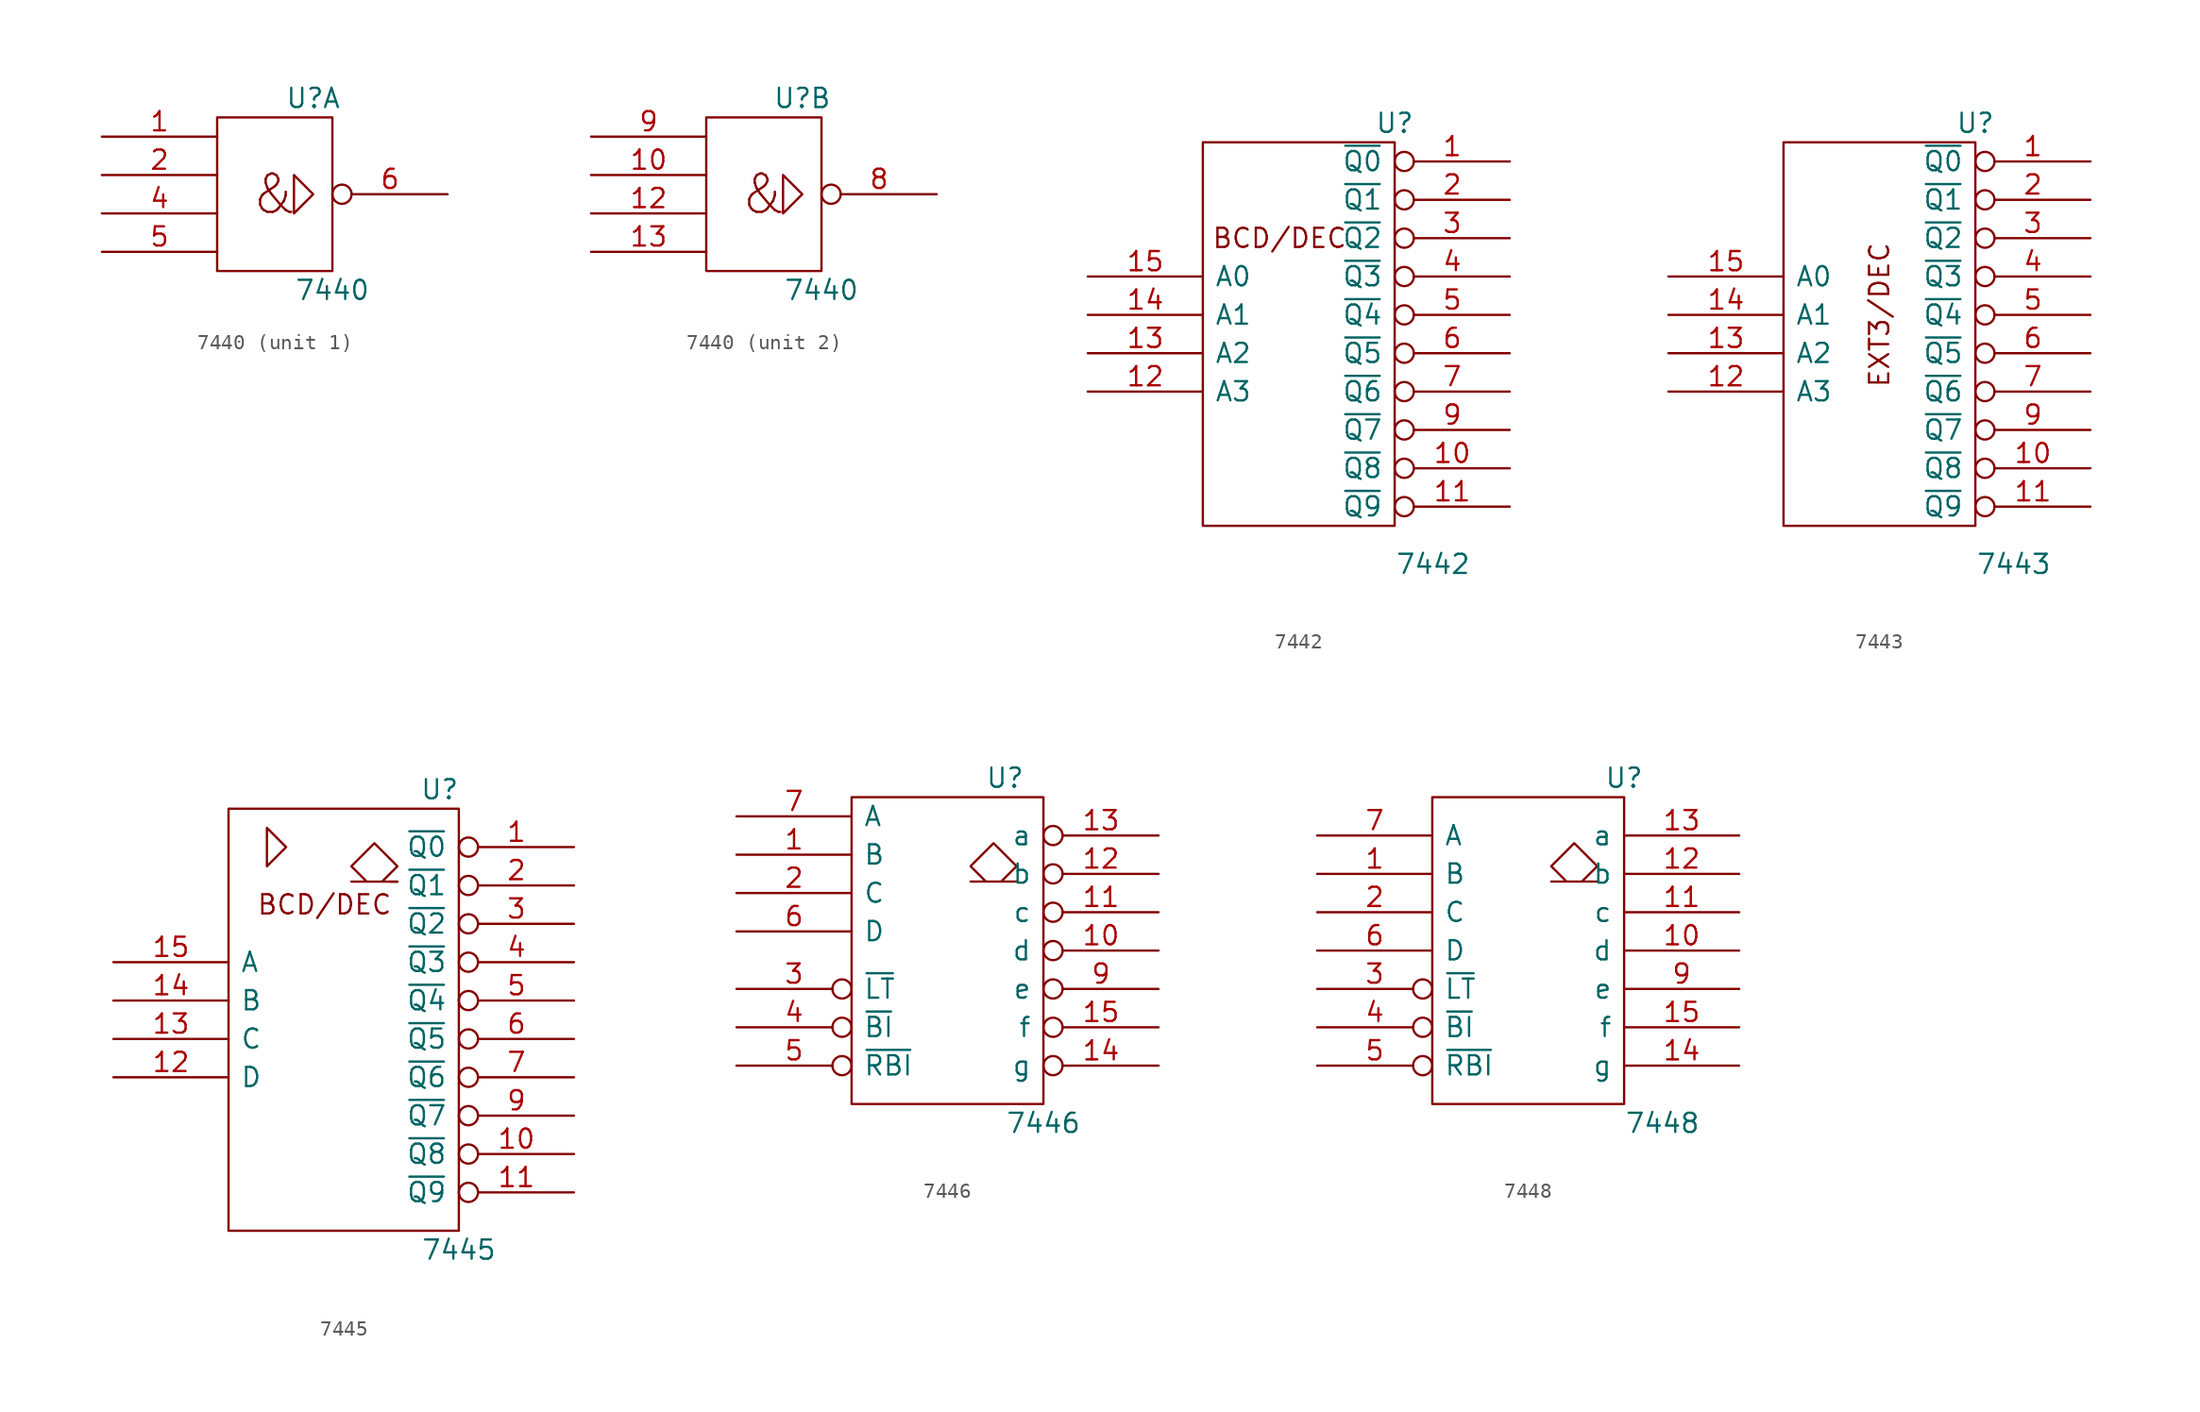
<source format=kicad_sym>
(kicad_symbol_lib
  (version 20201005)
  (generator kicad_symbol_editor)
  (symbol "7440"
    (pin_names
      (offset 0.762))
    (property "Reference" "U"
      (at 2.54 6.35 0)
      (effects (font (size 1.27 1.27))))
    (property "Value" "7440"
      (at 3.81 -6.35 0)
      (effects (font (size 1.27 1.27))))
    (symbol "7440_0_0"
      (text "&" (at 0 0 0) (effects (font (size 2.54 2.54)))))
    (symbol "7440_0_1"
      (rectangle (start -3.81 5.08) (end 3.81 -5.08) (stroke (width 0)) (fill (type none)))
      (polyline (pts (xy 1.27 1.27) (xy 1.27 -1.27) (xy 2.54 0) (xy 1.27 1.27) (xy 1.27 1.27)) (stroke (width 0)) (fill (type none)))
      (pin power_in line (at 0 5.08 270) (length 0) hide (name "Vcc" (effects (font (size 1.27 1.27)))) (number "14" (effects (font (size 1.27 1.27)))))
      (pin power_in line (at 0 -5.08 90) (length 0) hide (name "Gnd" (effects (font (size 1.27 1.27)))) (number "7" (effects (font (size 1.27 1.27))))))
    (symbol "7440_1_1"
      (pin input line (at -11.43 3.81 0) (length 7.62) (name "~" (effects (font (size 1.27 1.27)))) (number "1" (effects (font (size 1.27 1.27)))))
      (pin input line (at -11.43 1.27 0) (length 7.62) (name "~" (effects (font (size 1.27 1.27)))) (number "2" (effects (font (size 1.27 1.27)))))
      (pin input line (at -11.43 -1.27 0) (length 7.62) (name "~" (effects (font (size 1.27 1.27)))) (number "4" (effects (font (size 1.27 1.27)))))
      (pin input line (at -11.43 -3.81 0) (length 7.62) (name "~" (effects (font (size 1.27 1.27)))) (number "5" (effects (font (size 1.27 1.27)))))
      (pin output inverted (at 11.43 0 180) (length 7.62) (name "~" (effects (font (size 1.27 1.27)))) (number "6" (effects (font (size 1.27 1.27))))))
    (symbol "7440_2_1"
      (pin input line (at -11.43 1.27 0) (length 7.62) (name "~" (effects (font (size 1.27 1.27)))) (number "10" (effects (font (size 1.27 1.27)))))
      (pin input line (at -11.43 -1.27 0) (length 7.62) (name "~" (effects (font (size 1.27 1.27)))) (number "12" (effects (font (size 1.27 1.27)))))
      (pin input line (at -11.43 -3.81 0) (length 7.62) (name "~" (effects (font (size 1.27 1.27)))) (number "13" (effects (font (size 1.27 1.27)))))
      (pin output inverted (at 11.43 0 180) (length 7.62) (name "~" (effects (font (size 1.27 1.27)))) (number "8" (effects (font (size 1.27 1.27)))))
      (pin input line (at -11.43 3.81 0) (length 7.62) (name "~" (effects (font (size 1.27 1.27)))) (number "9" (effects (font (size 1.27 1.27)))))))
  (symbol "7442"
    (pin_names
      (offset 0.762))
    (property "Reference" "U"
      (at 6.35 13.97 0)
      (effects (font (size 1.27 1.27))))
    (property "Value" "7442"
      (at 8.89 -15.24 0)
      (effects (font (size 1.27 1.27))))
    (symbol "7442_0_0"
      (text "BCD/DEC" (at -1.27 6.35 0) (effects (font (size 1.27 1.27))))
      (rectangle (start -6.35 12.7) (end 6.35 -12.7) (stroke (width 0)) (fill (type none)))
      (pin power_in line (at 0 12.7 270) (length 0) hide (name "VCC" (effects (font (size 1.27 1.27)))) (number "16" (effects (font (size 1.27 1.27)))))
      (pin power_in line (at 0 -12.7 90) (length 0) hide (name "GND" (effects (font (size 1.27 1.27)))) (number "8" (effects (font (size 1.27 1.27))))))
    (symbol "7442_1_1"
      (pin output inverted (at 13.97 11.43 180) (length 7.62) (name "~Q0" (effects (font (size 1.27 1.27)))) (number "1" (effects (font (size 1.27 1.27)))))
      (pin output inverted (at 13.97 -8.89 180) (length 7.62) (name "~Q8" (effects (font (size 1.27 1.27)))) (number "10" (effects (font (size 1.27 1.27)))))
      (pin output inverted (at 13.97 -11.43 180) (length 7.62) (name "~Q9" (effects (font (size 1.27 1.27)))) (number "11" (effects (font (size 1.27 1.27)))))
      (pin input line (at -13.97 -3.81 0) (length 7.62) (name "A3" (effects (font (size 1.27 1.27)))) (number "12" (effects (font (size 1.27 1.27)))))
      (pin input line (at -13.97 -1.27 0) (length 7.62) (name "A2" (effects (font (size 1.27 1.27)))) (number "13" (effects (font (size 1.27 1.27)))))
      (pin input line (at -13.97 1.27 0) (length 7.62) (name "A1" (effects (font (size 1.27 1.27)))) (number "14" (effects (font (size 1.27 1.27)))))
      (pin input line (at -13.97 3.81 0) (length 7.62) (name "A0" (effects (font (size 1.27 1.27)))) (number "15" (effects (font (size 1.27 1.27)))))
      (pin output inverted (at 13.97 8.89 180) (length 7.62) (name "~Q1" (effects (font (size 1.27 1.27)))) (number "2" (effects (font (size 1.27 1.27)))))
      (pin output inverted (at 13.97 6.35 180) (length 7.62) (name "~Q2" (effects (font (size 1.27 1.27)))) (number "3" (effects (font (size 1.27 1.27)))))
      (pin output inverted (at 13.97 3.81 180) (length 7.62) (name "~Q3" (effects (font (size 1.27 1.27)))) (number "4" (effects (font (size 1.27 1.27)))))
      (pin output inverted (at 13.97 1.27 180) (length 7.62) (name "~Q4" (effects (font (size 1.27 1.27)))) (number "5" (effects (font (size 1.27 1.27)))))
      (pin output inverted (at 13.97 -1.27 180) (length 7.62) (name "~Q5" (effects (font (size 1.27 1.27)))) (number "6" (effects (font (size 1.27 1.27)))))
      (pin output inverted (at 13.97 -3.81 180) (length 7.62) (name "~Q6" (effects (font (size 1.27 1.27)))) (number "7" (effects (font (size 1.27 1.27)))))
      (pin output inverted (at 13.97 -6.35 180) (length 7.62) (name "~Q7" (effects (font (size 1.27 1.27)))) (number "9" (effects (font (size 1.27 1.27)))))))
  (symbol "7443"
    (pin_names
      (offset 0.762))
    (property "Reference" "U"
      (at 6.35 13.97 0)
      (effects (font (size 1.27 1.27))))
    (property "Value" "7443"
      (at 8.89 -15.24 0)
      (effects (font (size 1.27 1.27))))
    (symbol "7443_0_0"
      (text "EXT3/DEC" (at 0 1.27 900) (effects (font (size 1.27 1.27))))
      (rectangle (start -6.35 12.7) (end 6.35 -12.7) (stroke (width 0)) (fill (type none)))
      (pin power_in line (at 0 12.7 270) (length 0) hide (name "VCC" (effects (font (size 1.27 1.27)))) (number "16" (effects (font (size 1.27 1.27)))))
      (pin power_in line (at 0 -12.7 90) (length 0) hide (name "GND" (effects (font (size 1.27 1.27)))) (number "8" (effects (font (size 1.27 1.27))))))
    (symbol "7443_1_1"
      (pin output inverted (at 13.97 11.43 180) (length 7.62) (name "~Q0" (effects (font (size 1.27 1.27)))) (number "1" (effects (font (size 1.27 1.27)))))
      (pin output inverted (at 13.97 -8.89 180) (length 7.62) (name "~Q8" (effects (font (size 1.27 1.27)))) (number "10" (effects (font (size 1.27 1.27)))))
      (pin output inverted (at 13.97 -11.43 180) (length 7.62) (name "~Q9" (effects (font (size 1.27 1.27)))) (number "11" (effects (font (size 1.27 1.27)))))
      (pin input line (at -13.97 -3.81 0) (length 7.62) (name "A3" (effects (font (size 1.27 1.27)))) (number "12" (effects (font (size 1.27 1.27)))))
      (pin input line (at -13.97 -1.27 0) (length 7.62) (name "A2" (effects (font (size 1.27 1.27)))) (number "13" (effects (font (size 1.27 1.27)))))
      (pin input line (at -13.97 1.27 0) (length 7.62) (name "A1" (effects (font (size 1.27 1.27)))) (number "14" (effects (font (size 1.27 1.27)))))
      (pin input line (at -13.97 3.81 0) (length 7.62) (name "A0" (effects (font (size 1.27 1.27)))) (number "15" (effects (font (size 1.27 1.27)))))
      (pin output inverted (at 13.97 8.89 180) (length 7.62) (name "~Q1" (effects (font (size 1.27 1.27)))) (number "2" (effects (font (size 1.27 1.27)))))
      (pin output inverted (at 13.97 6.35 180) (length 7.62) (name "~Q2" (effects (font (size 1.27 1.27)))) (number "3" (effects (font (size 1.27 1.27)))))
      (pin output inverted (at 13.97 3.81 180) (length 7.62) (name "~Q3" (effects (font (size 1.27 1.27)))) (number "4" (effects (font (size 1.27 1.27)))))
      (pin output inverted (at 13.97 1.27 180) (length 7.62) (name "~Q4" (effects (font (size 1.27 1.27)))) (number "5" (effects (font (size 1.27 1.27)))))
      (pin output inverted (at 13.97 -1.27 180) (length 7.62) (name "~Q5" (effects (font (size 1.27 1.27)))) (number "6" (effects (font (size 1.27 1.27)))))
      (pin output inverted (at 13.97 -3.81 180) (length 7.62) (name "~Q6" (effects (font (size 1.27 1.27)))) (number "7" (effects (font (size 1.27 1.27)))))
      (pin output inverted (at 13.97 -6.35 180) (length 7.62) (name "~Q7" (effects (font (size 1.27 1.27)))) (number "9" (effects (font (size 1.27 1.27)))))))
  (symbol "7445"
    (pin_names
      (offset 0.762))
    (property "Reference" "U"
      (at 6.35 15.24 0)
      (effects (font (size 1.27 1.27))))
    (property "Value" "7445"
      (at 7.62 -15.24 0)
      (effects (font (size 1.27 1.27))))
    (symbol "7445_0_0"
      (text "BCD/DEC" (at -1.27 7.62 0) (effects (font (size 1.27 1.27))))
      (polyline (pts (xy 3.556 9.144) (xy 3.048 9.144) (xy 3.048 9.144)) (stroke (width 0)) (fill (type none)))
      (polyline (pts (xy -5.08 12.7) (xy -5.08 10.16) (xy -3.81 11.43) (xy -5.08 12.7) (xy -5.08 12.7)) (stroke (width 0)) (fill (type none)))
      (polyline (pts (xy 2.54 9.144) (xy 3.556 10.16) (xy 2.032 11.684) (xy 0.508 10.16) (xy 1.524 9.144) (xy 0.508 9.144) (xy 3.556 9.144)) (stroke (width 0)) (fill (type none)))
      (pin power_in line (at 0 13.97 270) (length 0) hide (name "VCC" (effects (font (size 1.27 1.27)))) (number "16" (effects (font (size 1.27 1.27)))))
      (pin power_in line (at 0 -13.97 90) (length 0) hide (name "GND" (effects (font (size 1.27 1.27)))) (number "8" (effects (font (size 1.27 1.27))))))
    (symbol "7445_0_1"
      (rectangle (start -7.62 13.97) (end 7.62 -13.97) (stroke (width 0)) (fill (type none))))
    (symbol "7445_1_1"
      (pin open_collector inverted (at 15.24 11.43 180) (length 7.62) (name "~Q0" (effects (font (size 1.27 1.27)))) (number "1" (effects (font (size 1.27 1.27)))))
      (pin open_collector inverted (at 15.24 -8.89 180) (length 7.62) (name "~Q8" (effects (font (size 1.27 1.27)))) (number "10" (effects (font (size 1.27 1.27)))))
      (pin open_collector inverted (at 15.24 -11.43 180) (length 7.62) (name "~Q9" (effects (font (size 1.27 1.27)))) (number "11" (effects (font (size 1.27 1.27)))))
      (pin input line (at -15.24 -3.81 0) (length 7.62) (name "D" (effects (font (size 1.27 1.27)))) (number "12" (effects (font (size 1.27 1.27)))))
      (pin input line (at -15.24 -1.27 0) (length 7.62) (name "C" (effects (font (size 1.27 1.27)))) (number "13" (effects (font (size 1.27 1.27)))))
      (pin input line (at -15.24 1.27 0) (length 7.62) (name "B" (effects (font (size 1.27 1.27)))) (number "14" (effects (font (size 1.27 1.27)))))
      (pin input line (at -15.24 3.81 0) (length 7.62) (name "A" (effects (font (size 1.27 1.27)))) (number "15" (effects (font (size 1.27 1.27)))))
      (pin open_collector inverted (at 15.24 8.89 180) (length 7.62) (name "~Q1" (effects (font (size 1.27 1.27)))) (number "2" (effects (font (size 1.27 1.27)))))
      (pin open_collector inverted (at 15.24 6.35 180) (length 7.62) (name "~Q2" (effects (font (size 1.27 1.27)))) (number "3" (effects (font (size 1.27 1.27)))))
      (pin open_collector inverted (at 15.24 3.81 180) (length 7.62) (name "~Q3" (effects (font (size 1.27 1.27)))) (number "4" (effects (font (size 1.27 1.27)))))
      (pin open_collector inverted (at 15.24 1.27 180) (length 7.62) (name "~Q4" (effects (font (size 1.27 1.27)))) (number "5" (effects (font (size 1.27 1.27)))))
      (pin open_collector inverted (at 15.24 -1.27 180) (length 7.62) (name "~Q5" (effects (font (size 1.27 1.27)))) (number "6" (effects (font (size 1.27 1.27)))))
      (pin open_collector inverted (at 15.24 -3.81 180) (length 7.62) (name "~Q6" (effects (font (size 1.27 1.27)))) (number "7" (effects (font (size 1.27 1.27)))))
      (pin open_collector inverted (at 15.24 -6.35 180) (length 7.62) (name "~Q7" (effects (font (size 1.27 1.27)))) (number "9" (effects (font (size 1.27 1.27)))))))
  (symbol "7446"
    (pin_names
      (offset 0.762))
    (property "Reference" "U"
      (at 3.81 11.43 0)
      (effects (font (size 1.27 1.27))))
    (property "Value" "7446"
      (at 6.35 -11.43 0)
      (effects (font (size 1.27 1.27))))
    (symbol "7446_0_0"
      (rectangle (start -6.35 10.16) (end 6.35 -10.16) (stroke (width 0)) (fill (type none)))
      (polyline (pts (xy 3.556 4.572) (xy 4.572 5.588) (xy 3.048 7.112) (xy 1.524 5.588) (xy 2.54 4.572) (xy 1.524 4.572) (xy 4.572 4.572) (xy 4.572 4.572)) (stroke (width 0)) (fill (type none)))
      (pin power_in line (at 0 10.16 270) (length 0) hide (name "VCC" (effects (font (size 1.27 1.27)))) (number "16" (effects (font (size 1.27 1.27)))))
      (pin power_in line (at 0 -10.16 90) (length 0) hide (name "GND" (effects (font (size 1.27 1.27)))) (number "8" (effects (font (size 1.27 1.27))))))
    (symbol "7446_1_1"
      (pin input line (at -13.97 6.35 0) (length 7.62) (name "B" (effects (font (size 1.27 1.27)))) (number "1" (effects (font (size 1.27 1.27)))))
      (pin open_collector inverted (at 13.97 0 180) (length 7.62) (name "d" (effects (font (size 1.27 1.27)))) (number "10" (effects (font (size 1.27 1.27)))))
      (pin open_collector inverted (at 13.97 2.54 180) (length 7.62) (name "c" (effects (font (size 1.27 1.27)))) (number "11" (effects (font (size 1.27 1.27)))))
      (pin open_collector inverted (at 13.97 5.08 180) (length 7.62) (name "b" (effects (font (size 1.27 1.27)))) (number "12" (effects (font (size 1.27 1.27)))))
      (pin open_collector inverted (at 13.97 7.62 180) (length 7.62) (name "a" (effects (font (size 1.27 1.27)))) (number "13" (effects (font (size 1.27 1.27)))))
      (pin open_collector inverted (at 13.97 -7.62 180) (length 7.62) (name "g" (effects (font (size 1.27 1.27)))) (number "14" (effects (font (size 1.27 1.27)))))
      (pin open_collector inverted (at 13.97 -5.08 180) (length 7.62) (name "f" (effects (font (size 1.27 1.27)))) (number "15" (effects (font (size 1.27 1.27)))))
      (pin input line (at -13.97 3.81 0) (length 7.62) (name "C" (effects (font (size 1.27 1.27)))) (number "2" (effects (font (size 1.27 1.27)))))
      (pin input inverted (at -13.97 -2.54 0) (length 7.62) (name "~LT" (effects (font (size 1.27 1.27)))) (number "3" (effects (font (size 1.27 1.27)))))
      (pin input inverted (at -13.97 -5.08 0) (length 7.62) (name "~BI" (effects (font (size 1.27 1.27)))) (number "4" (effects (font (size 1.27 1.27)))))
      (pin input inverted (at -13.97 -7.62 0) (length 7.62) (name "~RBI" (effects (font (size 1.27 1.27)))) (number "5" (effects (font (size 1.27 1.27)))))
      (pin input line (at -13.97 1.27 0) (length 7.62) (name "D" (effects (font (size 1.27 1.27)))) (number "6" (effects (font (size 1.27 1.27)))))
      (pin input line (at -13.97 8.89 0) (length 7.62) (name "A" (effects (font (size 1.27 1.27)))) (number "7" (effects (font (size 1.27 1.27)))))
      (pin open_collector inverted (at 13.97 -2.54 180) (length 7.62) (name "e" (effects (font (size 1.27 1.27)))) (number "9" (effects (font (size 1.27 1.27)))))))
  (symbol "7448"
    (pin_names
      (offset 0.762))
    (property "Reference" "U"
      (at 6.35 11.43 0)
      (effects (font (size 1.27 1.27))))
    (property "Value" "7448"
      (at 8.89 -11.43 0)
      (effects (font (size 1.27 1.27))))
    (symbol "7448_0_0"
      (rectangle (start -6.35 10.16) (end 6.35 -10.16) (stroke (width 0)) (fill (type none)))
      (polyline (pts (xy 3.556 4.572) (xy 4.572 5.588) (xy 3.048 7.112) (xy 1.524 5.588) (xy 2.54 4.572) (xy 1.524 4.572) (xy 4.572 4.572) (xy 4.572 4.572)) (stroke (width 0)) (fill (type none)))
      (pin power_in line (at 0 10.16 270) (length 0) hide (name "VCC" (effects (font (size 1.27 1.27)))) (number "16" (effects (font (size 1.27 1.27)))))
      (pin power_in line (at 0 -10.16 90) (length 0) hide (name "GND" (effects (font (size 1.27 1.27)))) (number "8" (effects (font (size 1.27 1.27))))))
    (symbol "7448_1_1"
      (pin input line (at -13.97 5.08 0) (length 7.62) (name "B" (effects (font (size 1.27 1.27)))) (number "1" (effects (font (size 1.27 1.27)))))
      (pin open_collector line (at 13.97 0 180) (length 7.62) (name "d" (effects (font (size 1.27 1.27)))) (number "10" (effects (font (size 1.27 1.27)))))
      (pin open_collector line (at 13.97 2.54 180) (length 7.62) (name "c" (effects (font (size 1.27 1.27)))) (number "11" (effects (font (size 1.27 1.27)))))
      (pin open_collector line (at 13.97 5.08 180) (length 7.62) (name "b" (effects (font (size 1.27 1.27)))) (number "12" (effects (font (size 1.27 1.27)))))
      (pin open_collector line (at 13.97 7.62 180) (length 7.62) (name "a" (effects (font (size 1.27 1.27)))) (number "13" (effects (font (size 1.27 1.27)))))
      (pin open_collector line (at 13.97 -7.62 180) (length 7.62) (name "g" (effects (font (size 1.27 1.27)))) (number "14" (effects (font (size 1.27 1.27)))))
      (pin open_collector line (at 13.97 -5.08 180) (length 7.62) (name "f" (effects (font (size 1.27 1.27)))) (number "15" (effects (font (size 1.27 1.27)))))
      (pin input line (at -13.97 2.54 0) (length 7.62) (name "C" (effects (font (size 1.27 1.27)))) (number "2" (effects (font (size 1.27 1.27)))))
      (pin input inverted (at -13.97 -2.54 0) (length 7.62) (name "~LT" (effects (font (size 1.27 1.27)))) (number "3" (effects (font (size 1.27 1.27)))))
      (pin input inverted (at -13.97 -5.08 0) (length 7.62) (name "~BI" (effects (font (size 1.27 1.27)))) (number "4" (effects (font (size 1.27 1.27)))))
      (pin input inverted (at -13.97 -7.62 0) (length 7.62) (name "~RBI" (effects (font (size 1.27 1.27)))) (number "5" (effects (font (size 1.27 1.27)))))
      (pin input line (at -13.97 0 0) (length 7.62) (name "D" (effects (font (size 1.27 1.27)))) (number "6" (effects (font (size 1.27 1.27)))))
      (pin input line (at -13.97 7.62 0) (length 7.62) (name "A" (effects (font (size 1.27 1.27)))) (number "7" (effects (font (size 1.27 1.27)))))
      (pin open_collector line (at 13.97 -2.54 180) (length 7.62) (name "e" (effects (font (size 1.27 1.27)))) (number "9" (effects (font (size 1.27 1.27))))))))
</source>
